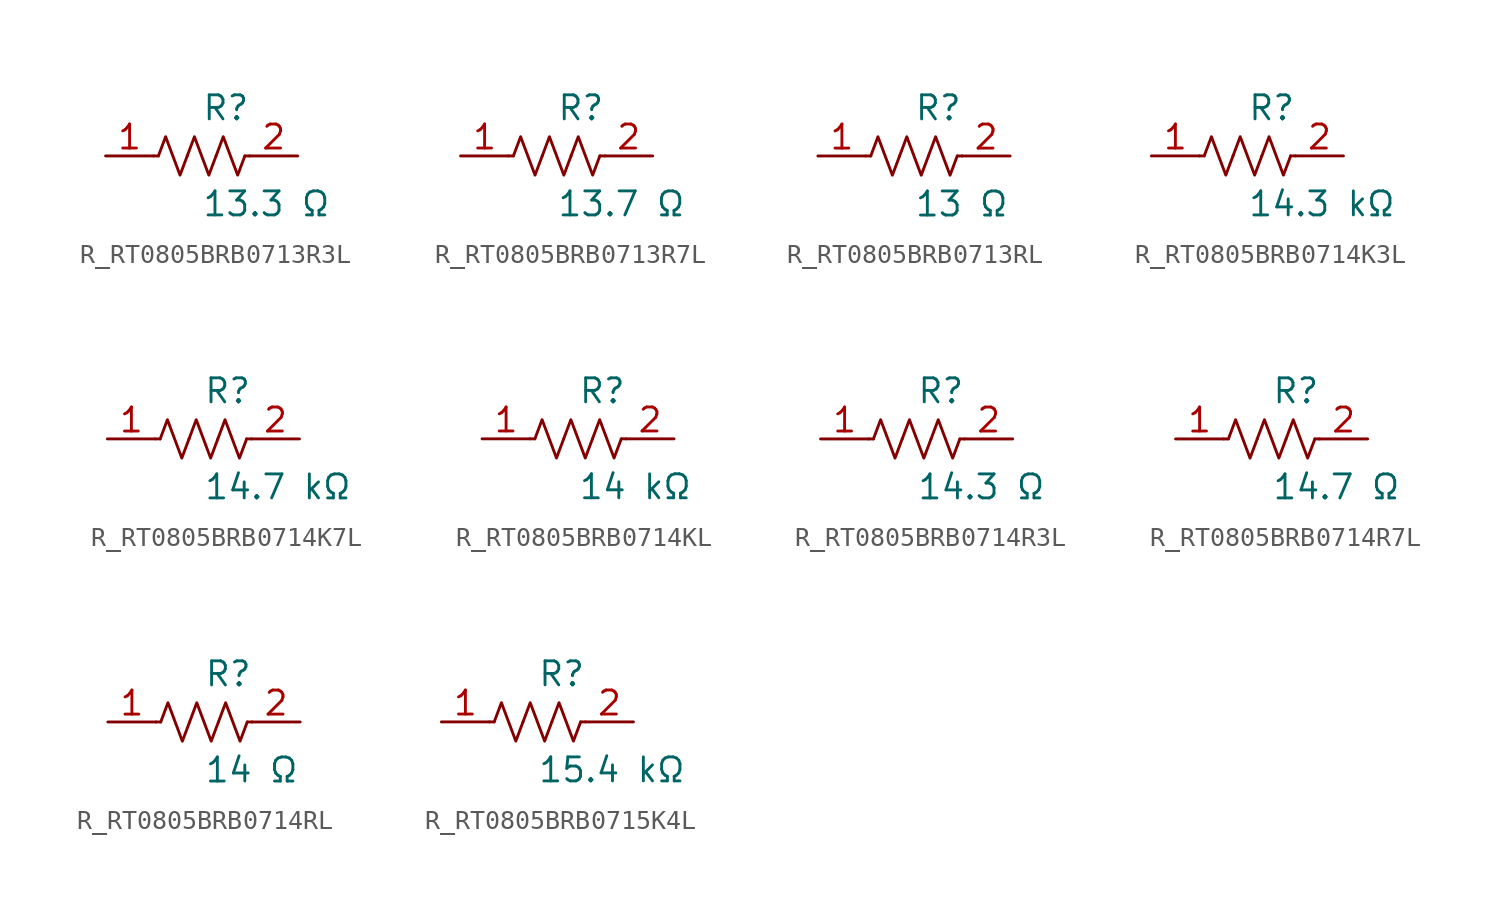
<source format=kicad_sym>
(kicad_symbol_lib
  (version 20231120)
  (generator kicad_symbol_editor)
  (generator_version 8.0)
  (symbol "R_RT0805BRB0713R3L"
    (pin_names
      (offset 0.254))
    (property "Reference" "R"
      (at 0 2.54 0)
      (effects (font (size 1.27 1.27)) (justify left)))
    (property "Value" "13.3 Ω"
      (at 0 -2.54 0)
      (effects (font (size 1.27 1.27)) (justify left)))
    (symbol "R_RT0805BRB0713R3L_0_1"
      (polyline (pts (xy 2.286 0) (xy 2.54 0)) (stroke (width 0) (type default)) (fill (type none)))
      (polyline (pts (xy -2.286 0) (xy -2.54 0)) (stroke (width 0) (type default)) (fill (type none)))
      (polyline (pts (xy 0.762 0) (xy 1.143 1.016) (xy 1.524 0) (xy 1.905 -1.016) (xy 2.286 0)) (stroke (width 0) (type default)) (fill (type none)))
      (polyline (pts (xy -0.762 0) (xy -0.381 1.016) (xy 0 0) (xy 0.381 -1.016) (xy 0.762 0)) (stroke (width 0) (type default)) (fill (type none)))
      (polyline (pts (xy -2.286 0) (xy -1.905 1.016) (xy -1.524 0) (xy -1.143 -1.016) (xy -0.762 0)) (stroke (width 0) (type default)) (fill (type none))))
    (pin unspecified line
      (at -5.08 0 0)
      (length 2.54)
      (name "" (effects (font (size 1.27 1.27))))
      (number "1" (effects (font (size 1.27 1.27)))))
    (pin unspecified line
      (at 5.08 0 180)
      (length 2.54)
      (name "" (effects (font (size 1.27 1.27))))
      (number "2" (effects (font (size 1.27 1.27))))))
  (symbol "R_RT0805BRB0713R7L"
    (pin_names
      (offset 0.254))
    (property "Reference" "R"
      (at 0 2.54 0)
      (effects (font (size 1.27 1.27)) (justify left)))
    (property "Value" "13.7 Ω"
      (at 0 -2.54 0)
      (effects (font (size 1.27 1.27)) (justify left)))
    (symbol "R_RT0805BRB0713R7L_0_1"
      (polyline (pts (xy 2.286 0) (xy 2.54 0)) (stroke (width 0) (type default)) (fill (type none)))
      (polyline (pts (xy -2.286 0) (xy -2.54 0)) (stroke (width 0) (type default)) (fill (type none)))
      (polyline (pts (xy 0.762 0) (xy 1.143 1.016) (xy 1.524 0) (xy 1.905 -1.016) (xy 2.286 0)) (stroke (width 0) (type default)) (fill (type none)))
      (polyline (pts (xy -0.762 0) (xy -0.381 1.016) (xy 0 0) (xy 0.381 -1.016) (xy 0.762 0)) (stroke (width 0) (type default)) (fill (type none)))
      (polyline (pts (xy -2.286 0) (xy -1.905 1.016) (xy -1.524 0) (xy -1.143 -1.016) (xy -0.762 0)) (stroke (width 0) (type default)) (fill (type none))))
    (pin unspecified line
      (at -5.08 0 0)
      (length 2.54)
      (name "" (effects (font (size 1.27 1.27))))
      (number "1" (effects (font (size 1.27 1.27)))))
    (pin unspecified line
      (at 5.08 0 180)
      (length 2.54)
      (name "" (effects (font (size 1.27 1.27))))
      (number "2" (effects (font (size 1.27 1.27))))))
  (symbol "R_RT0805BRB0713RL"
    (pin_names
      (offset 0.254))
    (property "Reference" "R"
      (at 0 2.54 0)
      (effects (font (size 1.27 1.27)) (justify left)))
    (property "Value" "13 Ω"
      (at 0 -2.54 0)
      (effects (font (size 1.27 1.27)) (justify left)))
    (symbol "R_RT0805BRB0713RL_0_1"
      (polyline (pts (xy 2.286 0) (xy 2.54 0)) (stroke (width 0) (type default)) (fill (type none)))
      (polyline (pts (xy -2.286 0) (xy -2.54 0)) (stroke (width 0) (type default)) (fill (type none)))
      (polyline (pts (xy 0.762 0) (xy 1.143 1.016) (xy 1.524 0) (xy 1.905 -1.016) (xy 2.286 0)) (stroke (width 0) (type default)) (fill (type none)))
      (polyline (pts (xy -0.762 0) (xy -0.381 1.016) (xy 0 0) (xy 0.381 -1.016) (xy 0.762 0)) (stroke (width 0) (type default)) (fill (type none)))
      (polyline (pts (xy -2.286 0) (xy -1.905 1.016) (xy -1.524 0) (xy -1.143 -1.016) (xy -0.762 0)) (stroke (width 0) (type default)) (fill (type none))))
    (pin unspecified line
      (at -5.08 0 0)
      (length 2.54)
      (name "" (effects (font (size 1.27 1.27))))
      (number "1" (effects (font (size 1.27 1.27)))))
    (pin unspecified line
      (at 5.08 0 180)
      (length 2.54)
      (name "" (effects (font (size 1.27 1.27))))
      (number "2" (effects (font (size 1.27 1.27))))))
  (symbol "R_RT0805BRB0714K3L"
    (pin_names
      (offset 0.254))
    (property "Reference" "R"
      (at 0 2.54 0)
      (effects (font (size 1.27 1.27)) (justify left)))
    (property "Value" "14.3 kΩ"
      (at 0 -2.54 0)
      (effects (font (size 1.27 1.27)) (justify left)))
    (symbol "R_RT0805BRB0714K3L_0_1"
      (polyline (pts (xy 2.286 0) (xy 2.54 0)) (stroke (width 0) (type default)) (fill (type none)))
      (polyline (pts (xy -2.286 0) (xy -2.54 0)) (stroke (width 0) (type default)) (fill (type none)))
      (polyline (pts (xy 0.762 0) (xy 1.143 1.016) (xy 1.524 0) (xy 1.905 -1.016) (xy 2.286 0)) (stroke (width 0) (type default)) (fill (type none)))
      (polyline (pts (xy -0.762 0) (xy -0.381 1.016) (xy 0 0) (xy 0.381 -1.016) (xy 0.762 0)) (stroke (width 0) (type default)) (fill (type none)))
      (polyline (pts (xy -2.286 0) (xy -1.905 1.016) (xy -1.524 0) (xy -1.143 -1.016) (xy -0.762 0)) (stroke (width 0) (type default)) (fill (type none))))
    (pin unspecified line
      (at -5.08 0 0)
      (length 2.54)
      (name "" (effects (font (size 1.27 1.27))))
      (number "1" (effects (font (size 1.27 1.27)))))
    (pin unspecified line
      (at 5.08 0 180)
      (length 2.54)
      (name "" (effects (font (size 1.27 1.27))))
      (number "2" (effects (font (size 1.27 1.27))))))
  (symbol "R_RT0805BRB0714K7L"
    (pin_names
      (offset 0.254))
    (property "Reference" "R"
      (at 0 2.54 0)
      (effects (font (size 1.27 1.27)) (justify left)))
    (property "Value" "14.7 kΩ"
      (at 0 -2.54 0)
      (effects (font (size 1.27 1.27)) (justify left)))
    (symbol "R_RT0805BRB0714K7L_0_1"
      (polyline (pts (xy 2.286 0) (xy 2.54 0)) (stroke (width 0) (type default)) (fill (type none)))
      (polyline (pts (xy -2.286 0) (xy -2.54 0)) (stroke (width 0) (type default)) (fill (type none)))
      (polyline (pts (xy 0.762 0) (xy 1.143 1.016) (xy 1.524 0) (xy 1.905 -1.016) (xy 2.286 0)) (stroke (width 0) (type default)) (fill (type none)))
      (polyline (pts (xy -0.762 0) (xy -0.381 1.016) (xy 0 0) (xy 0.381 -1.016) (xy 0.762 0)) (stroke (width 0) (type default)) (fill (type none)))
      (polyline (pts (xy -2.286 0) (xy -1.905 1.016) (xy -1.524 0) (xy -1.143 -1.016) (xy -0.762 0)) (stroke (width 0) (type default)) (fill (type none))))
    (pin unspecified line
      (at -5.08 0 0)
      (length 2.54)
      (name "" (effects (font (size 1.27 1.27))))
      (number "1" (effects (font (size 1.27 1.27)))))
    (pin unspecified line
      (at 5.08 0 180)
      (length 2.54)
      (name "" (effects (font (size 1.27 1.27))))
      (number "2" (effects (font (size 1.27 1.27))))))
  (symbol "R_RT0805BRB0714KL"
    (pin_names
      (offset 0.254))
    (property "Reference" "R"
      (at 0 2.54 0)
      (effects (font (size 1.27 1.27)) (justify left)))
    (property "Value" "14 kΩ"
      (at 0 -2.54 0)
      (effects (font (size 1.27 1.27)) (justify left)))
    (symbol "R_RT0805BRB0714KL_0_1"
      (polyline (pts (xy 2.286 0) (xy 2.54 0)) (stroke (width 0) (type default)) (fill (type none)))
      (polyline (pts (xy -2.286 0) (xy -2.54 0)) (stroke (width 0) (type default)) (fill (type none)))
      (polyline (pts (xy 0.762 0) (xy 1.143 1.016) (xy 1.524 0) (xy 1.905 -1.016) (xy 2.286 0)) (stroke (width 0) (type default)) (fill (type none)))
      (polyline (pts (xy -0.762 0) (xy -0.381 1.016) (xy 0 0) (xy 0.381 -1.016) (xy 0.762 0)) (stroke (width 0) (type default)) (fill (type none)))
      (polyline (pts (xy -2.286 0) (xy -1.905 1.016) (xy -1.524 0) (xy -1.143 -1.016) (xy -0.762 0)) (stroke (width 0) (type default)) (fill (type none))))
    (pin unspecified line
      (at -5.08 0 0)
      (length 2.54)
      (name "" (effects (font (size 1.27 1.27))))
      (number "1" (effects (font (size 1.27 1.27)))))
    (pin unspecified line
      (at 5.08 0 180)
      (length 2.54)
      (name "" (effects (font (size 1.27 1.27))))
      (number "2" (effects (font (size 1.27 1.27))))))
  (symbol "R_RT0805BRB0714R3L"
    (pin_names
      (offset 0.254))
    (property "Reference" "R"
      (at 0 2.54 0)
      (effects (font (size 1.27 1.27)) (justify left)))
    (property "Value" "14.3 Ω"
      (at 0 -2.54 0)
      (effects (font (size 1.27 1.27)) (justify left)))
    (symbol "R_RT0805BRB0714R3L_0_1"
      (polyline (pts (xy 2.286 0) (xy 2.54 0)) (stroke (width 0) (type default)) (fill (type none)))
      (polyline (pts (xy -2.286 0) (xy -2.54 0)) (stroke (width 0) (type default)) (fill (type none)))
      (polyline (pts (xy 0.762 0) (xy 1.143 1.016) (xy 1.524 0) (xy 1.905 -1.016) (xy 2.286 0)) (stroke (width 0) (type default)) (fill (type none)))
      (polyline (pts (xy -0.762 0) (xy -0.381 1.016) (xy 0 0) (xy 0.381 -1.016) (xy 0.762 0)) (stroke (width 0) (type default)) (fill (type none)))
      (polyline (pts (xy -2.286 0) (xy -1.905 1.016) (xy -1.524 0) (xy -1.143 -1.016) (xy -0.762 0)) (stroke (width 0) (type default)) (fill (type none))))
    (pin unspecified line
      (at -5.08 0 0)
      (length 2.54)
      (name "" (effects (font (size 1.27 1.27))))
      (number "1" (effects (font (size 1.27 1.27)))))
    (pin unspecified line
      (at 5.08 0 180)
      (length 2.54)
      (name "" (effects (font (size 1.27 1.27))))
      (number "2" (effects (font (size 1.27 1.27))))))
  (symbol "R_RT0805BRB0714R7L"
    (pin_names
      (offset 0.254))
    (property "Reference" "R"
      (at 0 2.54 0)
      (effects (font (size 1.27 1.27)) (justify left)))
    (property "Value" "14.7 Ω"
      (at 0 -2.54 0)
      (effects (font (size 1.27 1.27)) (justify left)))
    (symbol "R_RT0805BRB0714R7L_0_1"
      (polyline (pts (xy 2.286 0) (xy 2.54 0)) (stroke (width 0) (type default)) (fill (type none)))
      (polyline (pts (xy -2.286 0) (xy -2.54 0)) (stroke (width 0) (type default)) (fill (type none)))
      (polyline (pts (xy 0.762 0) (xy 1.143 1.016) (xy 1.524 0) (xy 1.905 -1.016) (xy 2.286 0)) (stroke (width 0) (type default)) (fill (type none)))
      (polyline (pts (xy -0.762 0) (xy -0.381 1.016) (xy 0 0) (xy 0.381 -1.016) (xy 0.762 0)) (stroke (width 0) (type default)) (fill (type none)))
      (polyline (pts (xy -2.286 0) (xy -1.905 1.016) (xy -1.524 0) (xy -1.143 -1.016) (xy -0.762 0)) (stroke (width 0) (type default)) (fill (type none))))
    (pin unspecified line
      (at -5.08 0 0)
      (length 2.54)
      (name "" (effects (font (size 1.27 1.27))))
      (number "1" (effects (font (size 1.27 1.27)))))
    (pin unspecified line
      (at 5.08 0 180)
      (length 2.54)
      (name "" (effects (font (size 1.27 1.27))))
      (number "2" (effects (font (size 1.27 1.27))))))
  (symbol "R_RT0805BRB0714RL"
    (pin_names
      (offset 0.254))
    (property "Reference" "R"
      (at 0 2.54 0)
      (effects (font (size 1.27 1.27)) (justify left)))
    (property "Value" "14 Ω"
      (at 0 -2.54 0)
      (effects (font (size 1.27 1.27)) (justify left)))
    (symbol "R_RT0805BRB0714RL_0_1"
      (polyline (pts (xy 2.286 0) (xy 2.54 0)) (stroke (width 0) (type default)) (fill (type none)))
      (polyline (pts (xy -2.286 0) (xy -2.54 0)) (stroke (width 0) (type default)) (fill (type none)))
      (polyline (pts (xy 0.762 0) (xy 1.143 1.016) (xy 1.524 0) (xy 1.905 -1.016) (xy 2.286 0)) (stroke (width 0) (type default)) (fill (type none)))
      (polyline (pts (xy -0.762 0) (xy -0.381 1.016) (xy 0 0) (xy 0.381 -1.016) (xy 0.762 0)) (stroke (width 0) (type default)) (fill (type none)))
      (polyline (pts (xy -2.286 0) (xy -1.905 1.016) (xy -1.524 0) (xy -1.143 -1.016) (xy -0.762 0)) (stroke (width 0) (type default)) (fill (type none))))
    (pin unspecified line
      (at -5.08 0 0)
      (length 2.54)
      (name "" (effects (font (size 1.27 1.27))))
      (number "1" (effects (font (size 1.27 1.27)))))
    (pin unspecified line
      (at 5.08 0 180)
      (length 2.54)
      (name "" (effects (font (size 1.27 1.27))))
      (number "2" (effects (font (size 1.27 1.27))))))
  (symbol "R_RT0805BRB0715K4L"
    (pin_names
      (offset 0.254))
    (property "Reference" "R"
      (at 0 2.54 0)
      (effects (font (size 1.27 1.27)) (justify left)))
    (property "Value" "15.4 kΩ"
      (at 0 -2.54 0)
      (effects (font (size 1.27 1.27)) (justify left)))
    (symbol "R_RT0805BRB0715K4L_0_1"
      (polyline (pts (xy 2.286 0) (xy 2.54 0)) (stroke (width 0) (type default)) (fill (type none)))
      (polyline (pts (xy -2.286 0) (xy -2.54 0)) (stroke (width 0) (type default)) (fill (type none)))
      (polyline (pts (xy 0.762 0) (xy 1.143 1.016) (xy 1.524 0) (xy 1.905 -1.016) (xy 2.286 0)) (stroke (width 0) (type default)) (fill (type none)))
      (polyline (pts (xy -0.762 0) (xy -0.381 1.016) (xy 0 0) (xy 0.381 -1.016) (xy 0.762 0)) (stroke (width 0) (type default)) (fill (type none)))
      (polyline (pts (xy -2.286 0) (xy -1.905 1.016) (xy -1.524 0) (xy -1.143 -1.016) (xy -0.762 0)) (stroke (width 0) (type default)) (fill (type none))))
    (pin unspecified line
      (at -5.08 0 0)
      (length 2.54)
      (name "" (effects (font (size 1.27 1.27))))
      (number "1" (effects (font (size 1.27 1.27)))))
    (pin unspecified line
      (at 5.08 0 180)
      (length 2.54)
      (name "" (effects (font (size 1.27 1.27))))
      (number "2" (effects (font (size 1.27 1.27)))))))
</source>
